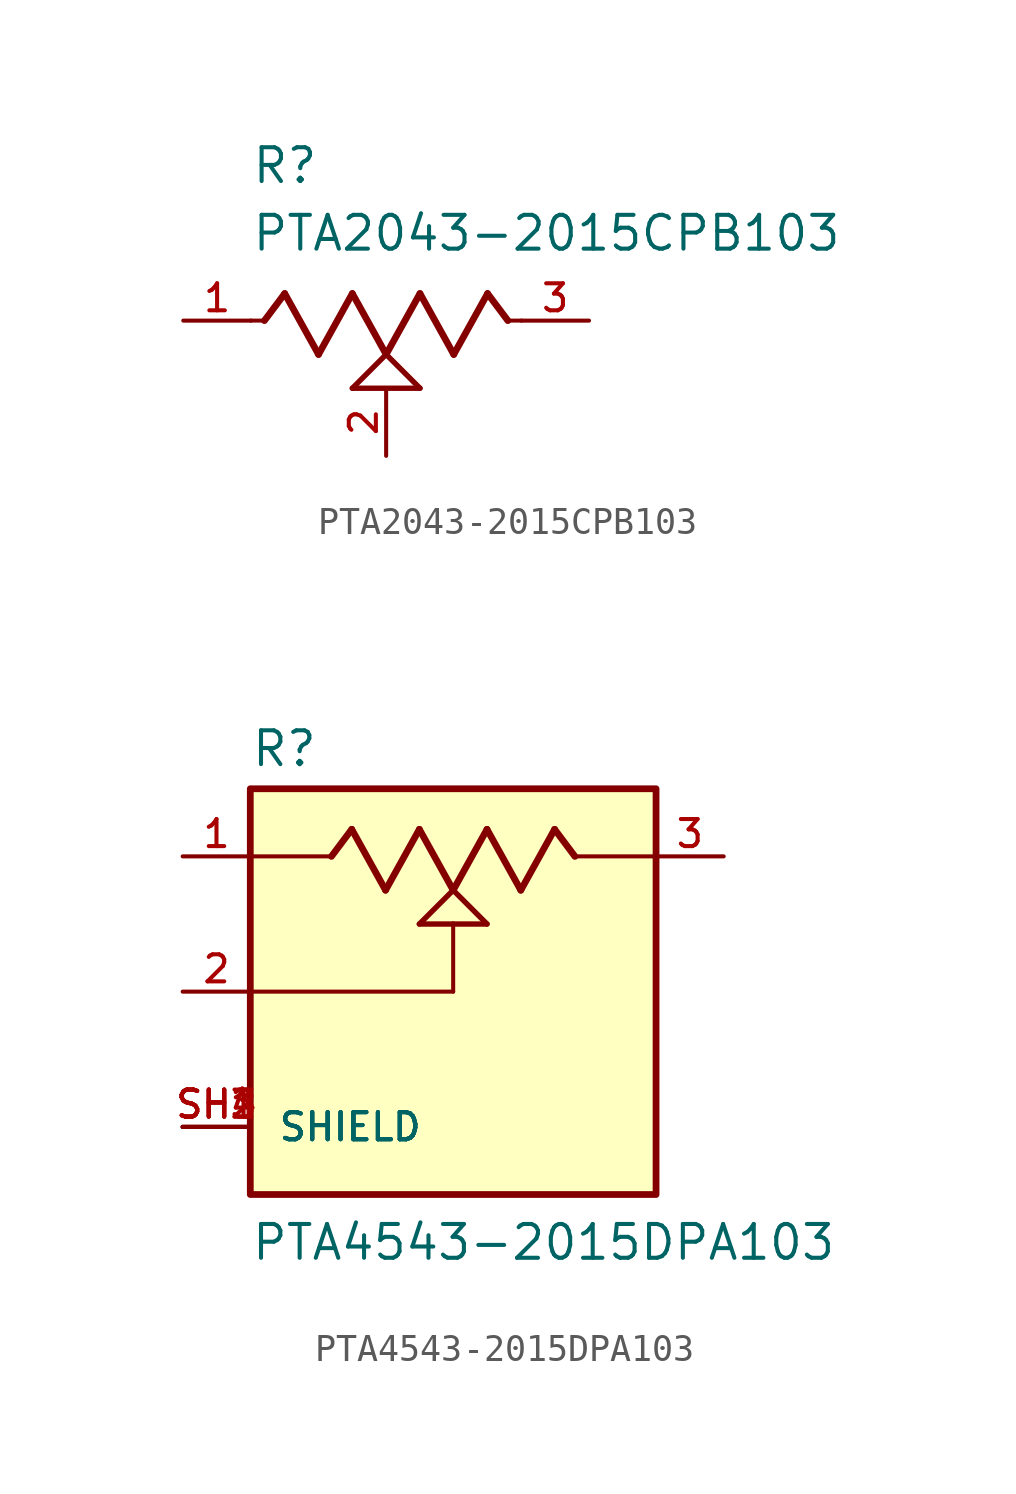
<source format=kicad_sym>
(kicad_symbol_lib
  (version 20231120)
  (generator "kicad_symbol_editor")
  (generator_version "8.0")
  (symbol "PTA2043-2015CPB103"
    (pin_names
      (offset 1.016))
    (property "Reference" "R"
      (at -5.08 5.08 0)
      (effects (font (size 1.27 1.27)) (justify left bottom)))
    (property "Value" "PTA2043-2015CPB103"
      (at -5.08 2.54 0)
      (effects (font (size 1.27 1.27)) (justify left bottom)))
    (symbol "PTA2043-2015CPB103_0_0"
      (polyline (pts (xy -5.08 0) (xy -4.572 0)) (stroke (width 0.152) (type default)) (fill (type none)))
      (polyline (pts (xy -4.572 0) (xy -3.81 1.016)) (stroke (width 0.254) (type default)) (fill (type none)))
      (polyline (pts (xy -3.81 1.016) (xy -2.54 -1.27)) (stroke (width 0.254) (type default)) (fill (type none)))
      (polyline (pts (xy -2.54 -1.27) (xy -1.27 1.016)) (stroke (width 0.254) (type default)) (fill (type none)))
      (polyline (pts (xy -1.27 -2.54) (xy 0 -1.27)) (stroke (width 0.203) (type default)) (fill (type none)))
      (polyline (pts (xy -1.27 1.016) (xy 0 -1.27)) (stroke (width 0.254) (type default)) (fill (type none)))
      (polyline (pts (xy 0 -1.27) (xy 1.27 -2.54)) (stroke (width 0.203) (type default)) (fill (type none)))
      (polyline (pts (xy 0 -1.27) (xy 1.27 1.016)) (stroke (width 0.254) (type default)) (fill (type none)))
      (polyline (pts (xy 1.27 -2.54) (xy -1.27 -2.54)) (stroke (width 0.203) (type default)) (fill (type none)))
      (polyline (pts (xy 1.27 1.016) (xy 2.54 -1.27)) (stroke (width 0.254) (type default)) (fill (type none)))
      (polyline (pts (xy 2.54 -1.27) (xy 3.81 1.016)) (stroke (width 0.254) (type default)) (fill (type none)))
      (polyline (pts (xy 3.81 1.016) (xy 4.572 0)) (stroke (width 0.254) (type default)) (fill (type none)))
      (polyline (pts (xy 4.572 0) (xy 5.08 0)) (stroke (width 0.152) (type default)) (fill (type none)))
      (pin passive line (at -7.62 0 0) (length 2.54) (name "~" (effects (font (size 1.016 1.016)))) (number "1" (effects (font (size 1.016 1.016)))))
      (pin passive line (at 0 -5.08 90) (length 2.54) (name "~" (effects (font (size 1.016 1.016)))) (number "2" (effects (font (size 1.016 1.016)))))
      (pin passive line (at 7.62 0 180) (length 2.54) (name "~" (effects (font (size 1.016 1.016)))) (number "3" (effects (font (size 1.016 1.016)))))))
  (symbol "PTA4543-2015DPA103"
    (pin_names
      (offset 1.016))
    (property "Reference" "R"
      (at -7.62 8.382 0)
      (effects (font (size 1.27 1.27)) (justify left bottom)))
    (property "Value" "PTA4543-2015DPA103"
      (at -7.62 -10.16 0)
      (effects (font (size 1.27 1.27)) (justify left bottom)))
    (symbol "PTA4543-2015DPA103_0_0"
      (rectangle (start -7.62 -7.62) (end 7.62 7.62) (stroke (width 0.254) (type default)) (fill (type background)))
      (polyline (pts (xy -7.62 5.08) (xy -4.572 5.08)) (stroke (width 0.152) (type default)) (fill (type none)))
      (polyline (pts (xy -4.572 5.08) (xy -3.81 6.096)) (stroke (width 0.254) (type default)) (fill (type none)))
      (polyline (pts (xy -3.81 6.096) (xy -2.54 3.81)) (stroke (width 0.254) (type default)) (fill (type none)))
      (polyline (pts (xy -2.54 3.81) (xy -1.27 6.096)) (stroke (width 0.254) (type default)) (fill (type none)))
      (polyline (pts (xy -1.27 2.54) (xy 0 3.81)) (stroke (width 0.203) (type default)) (fill (type none)))
      (polyline (pts (xy -1.27 6.096) (xy 0 3.81)) (stroke (width 0.254) (type default)) (fill (type none)))
      (polyline (pts (xy 0 0) (xy -7.62 0)) (stroke (width 0.152) (type default)) (fill (type none)))
      (polyline (pts (xy 0 2.54) (xy -1.27 2.54)) (stroke (width 0.203) (type default)) (fill (type none)))
      (polyline (pts (xy 0 2.54) (xy 0 0)) (stroke (width 0.152) (type default)) (fill (type none)))
      (polyline (pts (xy 0 3.81) (xy 1.27 2.54)) (stroke (width 0.203) (type default)) (fill (type none)))
      (polyline (pts (xy 0 3.81) (xy 1.27 6.096)) (stroke (width 0.254) (type default)) (fill (type none)))
      (polyline (pts (xy 1.27 2.54) (xy 0 2.54)) (stroke (width 0.203) (type default)) (fill (type none)))
      (polyline (pts (xy 1.27 6.096) (xy 2.54 3.81)) (stroke (width 0.254) (type default)) (fill (type none)))
      (polyline (pts (xy 2.54 3.81) (xy 3.81 6.096)) (stroke (width 0.254) (type default)) (fill (type none)))
      (polyline (pts (xy 3.81 6.096) (xy 4.572 5.08)) (stroke (width 0.254) (type default)) (fill (type none)))
      (polyline (pts (xy 4.572 5.08) (xy 7.62 5.08)) (stroke (width 0.152) (type default)) (fill (type none)))
      (pin passive line (at -10.16 5.08 0) (length 2.54) (name "~" (effects (font (size 1.016 1.016)))) (number "1" (effects (font (size 1.016 1.016)))))
      (pin passive line (at -10.16 0 0) (length 2.54) (name "~" (effects (font (size 1.016 1.016)))) (number "2" (effects (font (size 1.016 1.016)))))
      (pin passive line (at 10.16 5.08 180) (length 2.54) (name "~" (effects (font (size 1.016 1.016)))) (number "3" (effects (font (size 1.016 1.016)))))
      (pin passive line (at -10.16 -5.08 0) (length 2.54) (name "SHIELD" (effects (font (size 1.016 1.016)))) (number "SH1" (effects (font (size 1.016 1.016)))))
      (pin passive line (at -10.16 -5.08 0) (length 2.54) (name "SHIELD" (effects (font (size 1.016 1.016)))) (number "SH2" (effects (font (size 1.016 1.016)))))
      (pin passive line (at -10.16 -5.08 0) (length 2.54) (name "SHIELD" (effects (font (size 1.016 1.016)))) (number "SH3" (effects (font (size 1.016 1.016)))))
      (pin passive line (at -10.16 -5.08 0) (length 2.54) (name "SHIELD" (effects (font (size 1.016 1.016)))) (number "SH4" (effects (font (size 1.016 1.016))))))))
</source>
